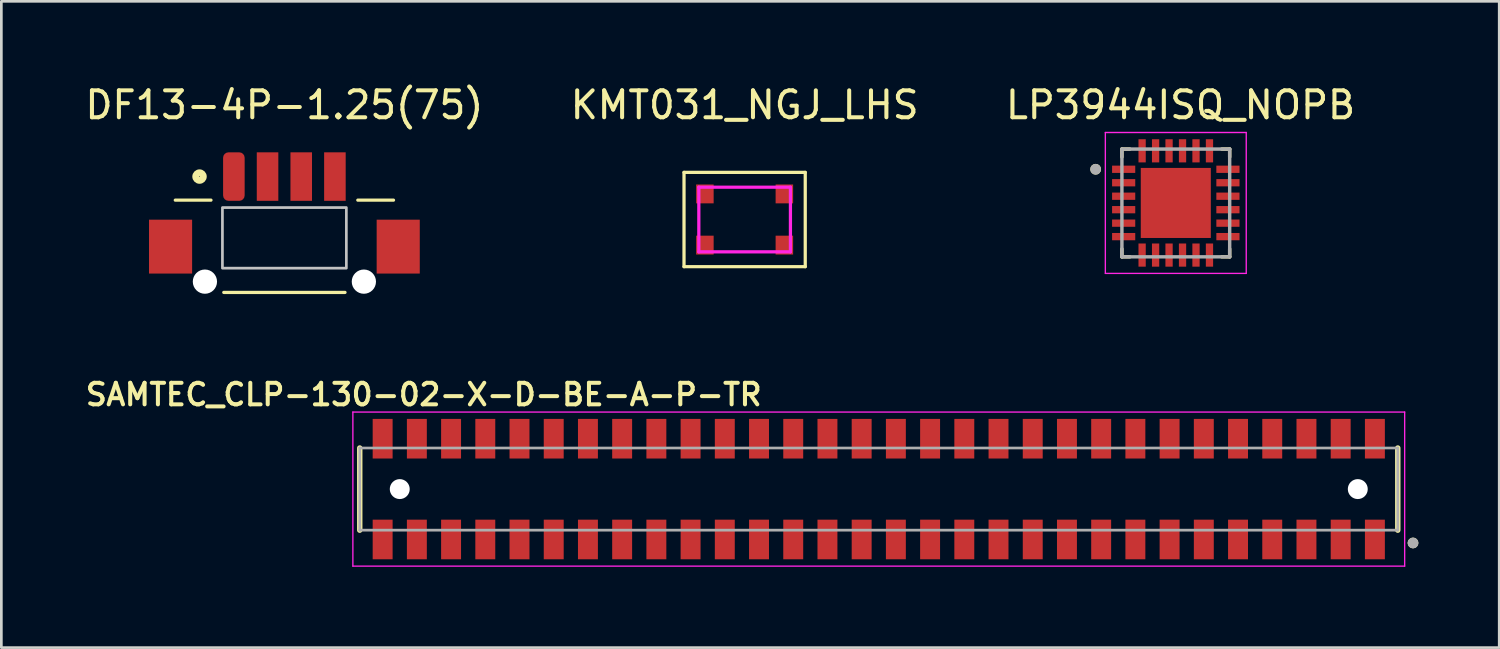
<source format=kicad_pcb>
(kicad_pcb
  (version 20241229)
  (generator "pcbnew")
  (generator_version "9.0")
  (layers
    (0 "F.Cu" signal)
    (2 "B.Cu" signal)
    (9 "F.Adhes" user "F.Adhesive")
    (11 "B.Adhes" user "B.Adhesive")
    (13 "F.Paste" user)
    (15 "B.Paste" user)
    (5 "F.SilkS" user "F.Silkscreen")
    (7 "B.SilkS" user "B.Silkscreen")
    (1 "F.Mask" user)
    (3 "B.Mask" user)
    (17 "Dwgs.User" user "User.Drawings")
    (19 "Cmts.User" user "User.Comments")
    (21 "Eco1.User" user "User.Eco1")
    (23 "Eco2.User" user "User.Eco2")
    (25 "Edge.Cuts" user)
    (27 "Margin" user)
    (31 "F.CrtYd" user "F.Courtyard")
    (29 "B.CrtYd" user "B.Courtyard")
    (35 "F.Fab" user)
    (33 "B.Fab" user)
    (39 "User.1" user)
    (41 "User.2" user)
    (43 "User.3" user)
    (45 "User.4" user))
  (footprint "KMT031_NGJ_LHS"
    (layer "F.Cu")
    (at 24.589 5.098)
    (property "Reference" "KMT031_NGJ_LHS" (at 0 -4.25 0) (layer "F.SilkS") (effects (font (size 1 1) (thickness 0.15))))
    (attr through_hole)
    (fp_line (start -2.25 -1.75) (end 2.25 -1.75) (stroke (width 0.12) (type solid)) (layer "F.SilkS"))
    (fp_line (start -2.25 1.75) (end -2.25 -1.75) (stroke (width 0.12) (type solid)) (layer "F.SilkS"))
    (fp_line (start -2.25 1.75) (end 2.25 1.75) (stroke (width 0.12) (type solid)) (layer "F.SilkS"))
    (fp_line (start 2.25 1.75) (end 2.25 -1.75) (stroke (width 0.12) (type solid)) (layer "F.SilkS"))
    (fp_line (start -1.7 1.2) (end -1.7 -1.2) (stroke (width 0.12) (type solid)) (layer "F.CrtYd"))
    (fp_line (start 1.7 -1.2) (end -1.7 -1.2) (stroke (width 0.12) (type solid)) (layer "F.CrtYd"))
    (fp_line (start 1.7 -1.2) (end 1.7 1.2) (stroke (width 0.12) (type solid)) (layer "F.CrtYd"))
    (fp_line (start 1.7 1.2) (end -1.7 1.2) (stroke (width 0.12) (type solid)) (layer "F.CrtYd"))
    (pad "1" smd rect (at -1.475 -0.95) (size 0.65 0.7) (layers "F.Cu" "F.Mask" "F.Paste"))
    (pad "1" smd rect (at 1.475 -0.95) (size 0.65 0.7) (layers "F.Cu" "F.Mask" "F.Paste"))
    (pad "2" smd rect (at -1.475 0.95) (size 0.65 0.7) (layers "F.Cu" "F.Mask" "F.Paste"))
    (pad "2" smd rect (at 1.475 0.95) (size 0.65 0.7) (layers "F.Cu" "F.Mask" "F.Paste")))
  (footprint "SAMTEC_CLP-130-02-X-D-BE-A-P-TR"
    (layer "F.Cu")
    (at 29.568 15.104)
    (property "Reference" "SAMTEC_CLP-130-02-X-D-BE-A-P-TR" (at -16.89 -3.508 0) (layer "F.SilkS") (effects (font (size 0.8 0.8) (thickness 0.15))))
    (attr through_hole)
    (fp_line (start -19.265 -1.525) (end -19.265 1.525) (stroke (width 0.2) (type solid)) (layer "F.SilkS"))
    (fp_line (start 19.265 -1.525) (end 19.265 1.525) (stroke (width 0.2) (type solid)) (layer "F.SilkS"))
    (fp_circle (center 19.83 2) (end 19.93 2) (stroke (width 0.2) (type solid)) (fill no) (layer "F.SilkS"))
    (fp_line (start -19.52 -2.86) (end -19.52 2.86) (stroke (width 0.05) (type solid)) (layer "F.CrtYd"))
    (fp_line (start -19.52 2.86) (end 19.52 2.86) (stroke (width 0.05) (type solid)) (layer "F.CrtYd"))
    (fp_line (start 19.52 -2.86) (end -19.52 -2.86) (stroke (width 0.05) (type solid)) (layer "F.CrtYd"))
    (fp_line (start 19.52 2.86) (end 19.52 -2.86) (stroke (width 0.05) (type solid)) (layer "F.CrtYd"))
    (fp_line (start -19.265 -1.525) (end -19.265 1.525) (stroke (width 0.1) (type solid)) (layer "F.Fab"))
    (fp_line (start -19.265 1.525) (end 19.265 1.525) (stroke (width 0.1) (type solid)) (layer "F.Fab"))
    (fp_line (start 19.265 -1.525) (end -19.265 -1.525) (stroke (width 0.1) (type solid)) (layer "F.Fab"))
    (fp_line (start 19.265 1.525) (end 19.265 -1.525) (stroke (width 0.1) (type solid)) (layer "F.Fab"))
    (fp_circle (center 19.83 2) (end 19.93 2) (stroke (width 0.2) (type solid)) (fill no) (layer "F.Fab"))
    (pad "" np_thru_hole circle (at -17.78 0) (size 0.74 0.74) (drill 0.74) (layers "*.Cu" "*.Mask"))
    (pad "" np_thru_hole circle (at 17.78 0) (size 0.74 0.74) (drill 0.74) (layers "*.Cu" "*.Mask"))
    (pad "1" smd rect (at 18.415 1.87) (size 0.74 1.47) (layers "F.Cu" "F.Mask" "F.Paste"))
    (pad "2" smd rect (at 18.415 -1.87) (size 0.74 1.47) (layers "F.Cu" "F.Mask" "F.Paste"))
    (pad "3" smd rect (at 17.145 1.87) (size 0.74 1.47) (layers "F.Cu" "F.Mask" "F.Paste"))
    (pad "4" smd rect (at 17.145 -1.87) (size 0.74 1.47) (layers "F.Cu" "F.Mask" "F.Paste"))
    (pad "5" smd rect (at 15.875 1.87) (size 0.74 1.47) (layers "F.Cu" "F.Mask" "F.Paste"))
    (pad "6" smd rect (at 15.875 -1.87) (size 0.74 1.47) (layers "F.Cu" "F.Mask" "F.Paste"))
    (pad "7" smd rect (at 14.605 1.87) (size 0.74 1.47) (layers "F.Cu" "F.Mask" "F.Paste"))
    (pad "8" smd rect (at 14.605 -1.87) (size 0.74 1.47) (layers "F.Cu" "F.Mask" "F.Paste"))
    (pad "9" smd rect (at 13.335 1.87) (size 0.74 1.47) (layers "F.Cu" "F.Mask" "F.Paste"))
    (pad "10" smd rect (at 13.335 -1.87) (size 0.74 1.47) (layers "F.Cu" "F.Mask" "F.Paste"))
    (pad "11" smd rect (at 12.065 1.87) (size 0.74 1.47) (layers "F.Cu" "F.Mask" "F.Paste"))
    (pad "12" smd rect (at 12.065 -1.87) (size 0.74 1.47) (layers "F.Cu" "F.Mask" "F.Paste"))
    (pad "13" smd rect (at 10.795 1.87) (size 0.74 1.47) (layers "F.Cu" "F.Mask" "F.Paste"))
    (pad "14" smd rect (at 10.795 -1.87) (size 0.74 1.47) (layers "F.Cu" "F.Mask" "F.Paste"))
    (pad "15" smd rect (at 9.525 1.87) (size 0.74 1.47) (layers "F.Cu" "F.Mask" "F.Paste"))
    (pad "16" smd rect (at 9.525 -1.87) (size 0.74 1.47) (layers "F.Cu" "F.Mask" "F.Paste"))
    (pad "17" smd rect (at 8.255 1.87) (size 0.74 1.47) (layers "F.Cu" "F.Mask" "F.Paste"))
    (pad "18" smd rect (at 8.255 -1.87) (size 0.74 1.47) (layers "F.Cu" "F.Mask" "F.Paste"))
    (pad "19" smd rect (at 6.985 1.87) (size 0.74 1.47) (layers "F.Cu" "F.Mask" "F.Paste"))
    (pad "20" smd rect (at 6.985 -1.87) (size 0.74 1.47) (layers "F.Cu" "F.Mask" "F.Paste"))
    (pad "21" smd rect (at 5.715 1.87) (size 0.74 1.47) (layers "F.Cu" "F.Mask" "F.Paste"))
    (pad "22" smd rect (at 5.715 -1.87) (size 0.74 1.47) (layers "F.Cu" "F.Mask" "F.Paste"))
    (pad "23" smd rect (at 4.445 1.87) (size 0.74 1.47) (layers "F.Cu" "F.Mask" "F.Paste"))
    (pad "24" smd rect (at 4.445 -1.87) (size 0.74 1.47) (layers "F.Cu" "F.Mask" "F.Paste"))
    (pad "25" smd rect (at 3.175 1.87) (size 0.74 1.47) (layers "F.Cu" "F.Mask" "F.Paste"))
    (pad "26" smd rect (at 3.175 -1.87) (size 0.74 1.47) (layers "F.Cu" "F.Mask" "F.Paste"))
    (pad "27" smd rect (at 1.905 1.87) (size 0.74 1.47) (layers "F.Cu" "F.Mask" "F.Paste"))
    (pad "28" smd rect (at 1.905 -1.87) (size 0.74 1.47) (layers "F.Cu" "F.Mask" "F.Paste"))
    (pad "29" smd rect (at 0.635 1.87) (size 0.74 1.47) (layers "F.Cu" "F.Mask" "F.Paste"))
    (pad "30" smd rect (at 0.635 -1.87) (size 0.74 1.47) (layers "F.Cu" "F.Mask" "F.Paste"))
    (pad "31" smd rect (at -0.635 1.87) (size 0.74 1.47) (layers "F.Cu" "F.Mask" "F.Paste"))
    (pad "32" smd rect (at -0.635 -1.87) (size 0.74 1.47) (layers "F.Cu" "F.Mask" "F.Paste"))
    (pad "33" smd rect (at -1.905 1.87) (size 0.74 1.47) (layers "F.Cu" "F.Mask" "F.Paste"))
    (pad "34" smd rect (at -1.905 -1.87) (size 0.74 1.47) (layers "F.Cu" "F.Mask" "F.Paste"))
    (pad "35" smd rect (at -3.175 1.87) (size 0.74 1.47) (layers "F.Cu" "F.Mask" "F.Paste"))
    (pad "36" smd rect (at -3.175 -1.87) (size 0.74 1.47) (layers "F.Cu" "F.Mask" "F.Paste"))
    (pad "37" smd rect (at -4.445 1.87) (size 0.74 1.47) (layers "F.Cu" "F.Mask" "F.Paste"))
    (pad "38" smd rect (at -4.445 -1.87) (size 0.74 1.47) (layers "F.Cu" "F.Mask" "F.Paste"))
    (pad "39" smd rect (at -5.715 1.87) (size 0.74 1.47) (layers "F.Cu" "F.Mask" "F.Paste"))
    (pad "40" smd rect (at -5.715 -1.87) (size 0.74 1.47) (layers "F.Cu" "F.Mask" "F.Paste"))
    (pad "41" smd rect (at -6.985 1.87) (size 0.74 1.47) (layers "F.Cu" "F.Mask" "F.Paste"))
    (pad "42" smd rect (at -6.985 -1.87) (size 0.74 1.47) (layers "F.Cu" "F.Mask" "F.Paste"))
    (pad "43" smd rect (at -8.255 1.87) (size 0.74 1.47) (layers "F.Cu" "F.Mask" "F.Paste"))
    (pad "44" smd rect (at -8.255 -1.87) (size 0.74 1.47) (layers "F.Cu" "F.Mask" "F.Paste"))
    (pad "45" smd rect (at -9.525 1.87) (size 0.74 1.47) (layers "F.Cu" "F.Mask" "F.Paste"))
    (pad "46" smd rect (at -9.525 -1.87) (size 0.74 1.47) (layers "F.Cu" "F.Mask" "F.Paste"))
    (pad "47" smd rect (at -10.795 1.87) (size 0.74 1.47) (layers "F.Cu" "F.Mask" "F.Paste"))
    (pad "48" smd rect (at -10.795 -1.87) (size 0.74 1.47) (layers "F.Cu" "F.Mask" "F.Paste"))
    (pad "49" smd rect (at -12.065 1.87) (size 0.74 1.47) (layers "F.Cu" "F.Mask" "F.Paste"))
    (pad "50" smd rect (at -12.065 -1.87) (size 0.74 1.47) (layers "F.Cu" "F.Mask" "F.Paste"))
    (pad "51" smd rect (at -13.335 1.87) (size 0.74 1.47) (layers "F.Cu" "F.Mask" "F.Paste"))
    (pad "52" smd rect (at -13.335 -1.87) (size 0.74 1.47) (layers "F.Cu" "F.Mask" "F.Paste"))
    (pad "53" smd rect (at -14.605 1.87) (size 0.74 1.47) (layers "F.Cu" "F.Mask" "F.Paste"))
    (pad "54" smd rect (at -14.605 -1.87) (size 0.74 1.47) (layers "F.Cu" "F.Mask" "F.Paste"))
    (pad "55" smd rect (at -15.875 1.87) (size 0.74 1.47) (layers "F.Cu" "F.Mask" "F.Paste"))
    (pad "56" smd rect (at -15.875 -1.87) (size 0.74 1.47) (layers "F.Cu" "F.Mask" "F.Paste"))
    (pad "57" smd rect (at -17.145 1.87) (size 0.74 1.47) (layers "F.Cu" "F.Mask" "F.Paste"))
    (pad "58" smd rect (at -17.145 -1.87) (size 0.74 1.47) (layers "F.Cu" "F.Mask" "F.Paste"))
    (pad "59" smd rect (at -18.415 1.87) (size 0.74 1.47) (layers "F.Cu" "F.Mask" "F.Paste"))
    (pad "60" smd rect (at -18.415 -1.87) (size 0.74 1.47) (layers "F.Cu" "F.Mask" "F.Paste")))
  (footprint "LP3944ISQ_NOPB"
    (layer "F.Cu")
    (at 40.593 4.483)
    (property "Reference" "LP3944ISQ_NOPB" (at 0.175 -3.635 0) (layer "F.SilkS") (effects (font (size 1 1) (thickness 0.15))))
    (attr through_hole)
    (fp_line (start -2 -2) (end -2 -1.705) (stroke (width 0.127) (type solid)) (layer "F.SilkS"))
    (fp_line (start -2 -2) (end -1.705 -2) (stroke (width 0.127) (type solid)) (layer "F.SilkS"))
    (fp_line (start -2 2) (end -2 1.705) (stroke (width 0.127) (type solid)) (layer "F.SilkS"))
    (fp_line (start -2 2) (end -1.705 2) (stroke (width 0.127) (type solid)) (layer "F.SilkS"))
    (fp_line (start 2 -2) (end 1.705 -2) (stroke (width 0.127) (type solid)) (layer "F.SilkS"))
    (fp_line (start 2 -2) (end 2 -1.705) (stroke (width 0.127) (type solid)) (layer "F.SilkS"))
    (fp_line (start 2 2) (end 1.705 2) (stroke (width 0.127) (type solid)) (layer "F.SilkS"))
    (fp_line (start 2 2) (end 2 1.705) (stroke (width 0.127) (type solid)) (layer "F.SilkS"))
    (fp_circle (center -2.975 -1.25) (end -2.875 -1.25) (stroke (width 0.2) (type solid)) (fill no) (layer "F.SilkS"))
    (fp_poly (pts (xy -0.82 -0.82) (xy 0.82 -0.82) (xy 0.82 0.82) (xy -0.82 0.82)) (stroke (width 0.01) (type solid)) (fill yes) (layer "F.Paste"))
    (fp_line (start -2.615 -2.615) (end 2.615 -2.615) (stroke (width 0.05) (type solid)) (layer "F.CrtYd"))
    (fp_line (start -2.615 2.615) (end -2.615 -2.615) (stroke (width 0.05) (type solid)) (layer "F.CrtYd"))
    (fp_line (start -2.615 2.615) (end 2.615 2.615) (stroke (width 0.05) (type solid)) (layer "F.CrtYd"))
    (fp_line (start 2.615 2.615) (end 2.615 -2.615) (stroke (width 0.05) (type solid)) (layer "F.CrtYd"))
    (fp_line (start -2 2) (end -2 -2) (stroke (width 0.127) (type solid)) (layer "F.Fab"))
    (fp_line (start 2 -2) (end -2 -2) (stroke (width 0.127) (type solid)) (layer "F.Fab"))
    (fp_line (start 2 2) (end -2 2) (stroke (width 0.127) (type solid)) (layer "F.Fab"))
    (fp_line (start 2 2) (end 2 -2) (stroke (width 0.127) (type solid)) (layer "F.Fab"))
    (fp_circle (center -2.975 -1.25) (end -2.875 -1.25) (stroke (width 0.2) (type solid)) (fill no) (layer "F.Fab"))
    (pad "1" smd rect (at -1.935 -1.25) (size 0.86 0.27) (layers "F.Cu" "F.Mask" "F.Paste"))
    (pad "2" smd rect (at -1.935 -0.75) (size 0.86 0.27) (layers "F.Cu" "F.Mask" "F.Paste"))
    (pad "3" smd rect (at -1.935 -0.25) (size 0.86 0.27) (layers "F.Cu" "F.Mask" "F.Paste"))
    (pad "4" smd rect (at -1.935 0.25) (size 0.86 0.27) (layers "F.Cu" "F.Mask" "F.Paste"))
    (pad "5" smd rect (at -1.935 0.75) (size 0.86 0.27) (layers "F.Cu" "F.Mask" "F.Paste"))
    (pad "6" smd rect (at -1.935 1.25) (size 0.86 0.27) (layers "F.Cu" "F.Mask" "F.Paste"))
    (pad "7" smd rect (at -1.25 1.935) (size 0.27 0.86) (layers "F.Cu" "F.Mask" "F.Paste"))
    (pad "8" smd rect (at -0.75 1.935) (size 0.27 0.86) (layers "F.Cu" "F.Mask" "F.Paste"))
    (pad "9" smd rect (at -0.25 1.935) (size 0.27 0.86) (layers "F.Cu" "F.Mask" "F.Paste"))
    (pad "10" smd rect (at 0.25 1.935) (size 0.27 0.86) (layers "F.Cu" "F.Mask" "F.Paste"))
    (pad "11" smd rect (at 0.75 1.935) (size 0.27 0.86) (layers "F.Cu" "F.Mask" "F.Paste"))
    (pad "12" smd rect (at 1.25 1.935) (size 0.27 0.86) (layers "F.Cu" "F.Mask" "F.Paste"))
    (pad "13" smd rect (at 1.935 1.25) (size 0.86 0.27) (layers "F.Cu" "F.Mask" "F.Paste"))
    (pad "14" smd rect (at 1.935 0.75) (size 0.86 0.27) (layers "F.Cu" "F.Mask" "F.Paste"))
    (pad "15" smd rect (at 1.935 0.25) (size 0.86 0.27) (layers "F.Cu" "F.Mask" "F.Paste"))
    (pad "16" smd rect (at 1.935 -0.25) (size 0.86 0.27) (layers "F.Cu" "F.Mask" "F.Paste"))
    (pad "17" smd rect (at 1.935 -0.75) (size 0.86 0.27) (layers "F.Cu" "F.Mask" "F.Paste"))
    (pad "18" smd rect (at 1.935 -1.25) (size 0.86 0.27) (layers "F.Cu" "F.Mask" "F.Paste"))
    (pad "19" smd rect (at 1.25 -1.935) (size 0.27 0.86) (layers "F.Cu" "F.Mask" "F.Paste"))
    (pad "20" smd rect (at 0.75 -1.935) (size 0.27 0.86) (layers "F.Cu" "F.Mask" "F.Paste"))
    (pad "21" smd rect (at 0.25 -1.935) (size 0.27 0.86) (layers "F.Cu" "F.Mask" "F.Paste"))
    (pad "22" smd rect (at -0.25 -1.935) (size 0.27 0.86) (layers "F.Cu" "F.Mask" "F.Paste"))
    (pad "23" smd rect (at -0.75 -1.935) (size 0.27 0.86) (layers "F.Cu" "F.Mask" "F.Paste"))
    (pad "24" smd rect (at -1.25 -1.935) (size 0.27 0.86) (layers "F.Cu" "F.Mask" "F.Paste"))
    (pad "25" smd rect (at 0 0) (size 2.6 2.6) (layers "F.Cu" "F.Mask")))
  (footprint "DF13-4P-1.25(75)"
    (layer "F.Cu")
    (at 7.506 4.404)
    (property "Reference" "DF13-4P-1.25(75)" (at 0 -3.556 0) (layer "F.SilkS") (effects (font (size 1 1) (thickness 0.15))))
    (attr through_hole)
    (fp_line (start -4.05 -0.025) (end -2.725 -0.025) (stroke (width 0.12) (type solid)) (layer "F.SilkS"))
    (fp_line (start -2.25 3.4) (end 2.25 3.4) (stroke (width 0.12) (type solid)) (layer "F.SilkS"))
    (fp_line (start 4.05 -0.025) (end 2.725 -0.025) (stroke (width 0.12) (type solid)) (layer "F.SilkS"))
    (fp_circle (center -3.15 -0.9) (end -3.009 -0.9) (stroke (width 0.254) (type solid)) (fill no) (layer "F.SilkS"))
    (fp_poly (pts (xy 2.3 2.5) (xy -2.3 2.5) (xy -2.3 0.25) (xy 2.3 0.25)) (stroke (width 0.1) (type solid)) (fill no) (layer "Dwgs.User"))
    (pad "" np_thru_hole circle (at -2.95 3 180) (size 0.9 0.9) (drill 0.9) (layers "*.Cu" "*.Mask"))
    (pad "" np_thru_hole circle (at 2.95 3 180) (size 0.9 0.9) (drill 0.9) (layers "*.Cu" "*.Mask"))
    (pad "1" smd roundrect (at -1.875 -0.9) (size 0.8 1.8) (layers "F.Cu" "F.Mask" "F.Paste") (roundrect_rratio 0.25))
    (pad "2" smd rect (at -0.625 -0.9) (size 0.8 1.8) (layers "F.Cu" "F.Mask" "F.Paste"))
    (pad "3" smd rect (at 0.625 -0.9) (size 0.8 1.8) (layers "F.Cu" "F.Mask" "F.Paste"))
    (pad "4" smd rect (at 1.875 -0.9) (size 0.8 1.8) (layers "F.Cu" "F.Mask" "F.Paste"))
    (pad "7" smd rect (at -4.225 1.7) (size 1.6 2) (layers "F.Cu" "F.Mask" "F.Paste"))
    (pad "7" smd rect (at 4.225 1.7 180) (size 1.6 2) (layers "F.Cu" "F.Mask" "F.Paste")))
  (gr_rect
    (start -3 -3)
    (end 52.598 20.988)
    (stroke (width 0.1) (type default))
    (fill no)
    (layer "Edge.Cuts")))
</source>
